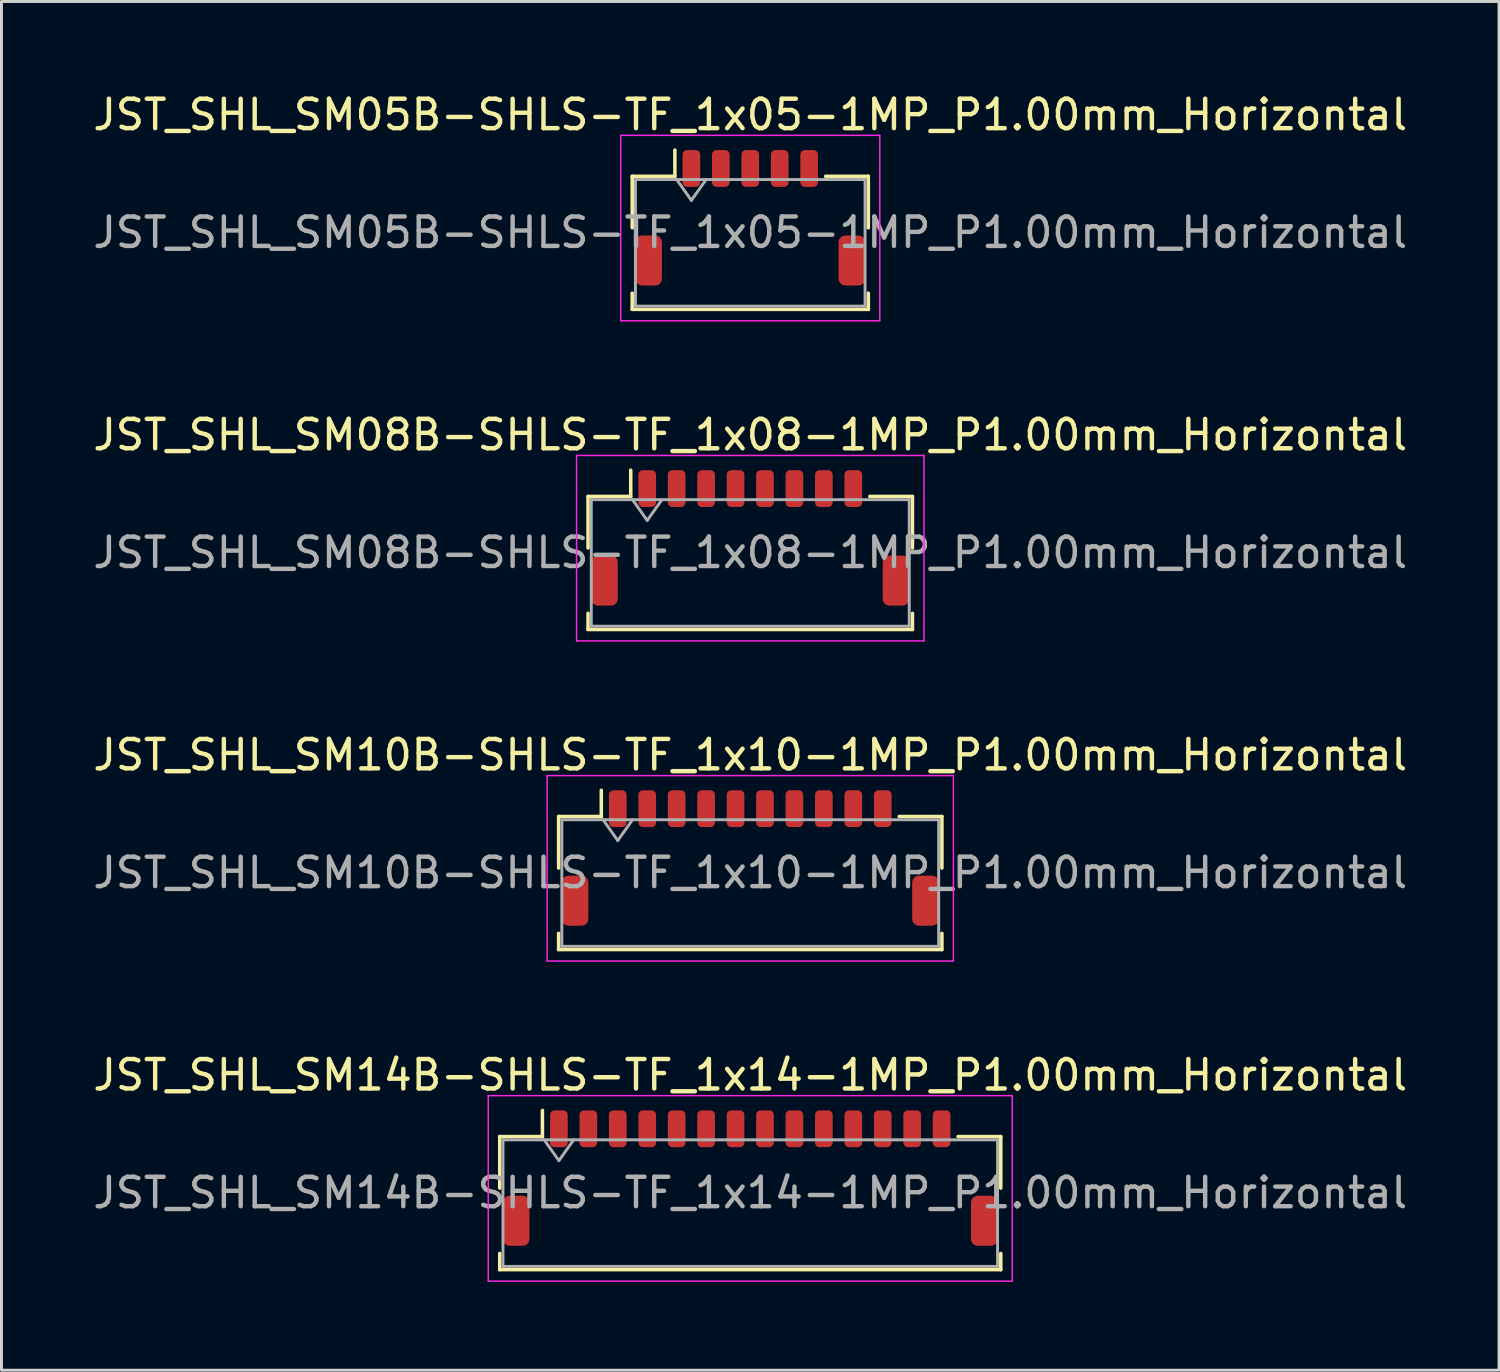
<source format=kicad_pcb>
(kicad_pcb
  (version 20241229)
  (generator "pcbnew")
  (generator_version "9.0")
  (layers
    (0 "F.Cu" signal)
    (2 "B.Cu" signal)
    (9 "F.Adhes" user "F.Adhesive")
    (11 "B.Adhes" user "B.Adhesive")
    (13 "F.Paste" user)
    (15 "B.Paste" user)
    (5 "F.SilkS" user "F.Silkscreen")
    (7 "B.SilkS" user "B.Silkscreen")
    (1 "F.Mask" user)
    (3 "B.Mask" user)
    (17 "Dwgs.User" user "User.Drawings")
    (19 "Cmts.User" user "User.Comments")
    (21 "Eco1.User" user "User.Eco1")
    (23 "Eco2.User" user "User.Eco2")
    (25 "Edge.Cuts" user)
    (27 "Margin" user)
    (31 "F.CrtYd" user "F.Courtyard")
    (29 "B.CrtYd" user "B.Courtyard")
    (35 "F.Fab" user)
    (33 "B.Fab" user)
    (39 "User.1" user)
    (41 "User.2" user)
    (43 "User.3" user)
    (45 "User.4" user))
  (footprint "JST_SHL_SM08B-SHLS-TF_1x08-1MP_P1.00mm_Horizontal"
    (layer "F.Cu")
    (at 22.435 15.222)
    (property "Reference" "JST_SHL_SM08B-SHLS-TF_1x08-1MP_P1.00mm_Horizontal" (at 0 -3.5 0) (layer "F.SilkS") (effects (font (size 1 1) (thickness 0.15))))
    (attr smd)
    (fp_line (start -5.51 -1.41) (end -4.06 -1.41) (stroke (width 0.12) (type solid)) (layer "F.SilkS"))
    (fp_line (start -5.51 0.34) (end -5.51 -1.41) (stroke (width 0.12) (type solid)) (layer "F.SilkS"))
    (fp_line (start -5.51 2.56) (end -5.51 3.11) (stroke (width 0.12) (type solid)) (layer "F.SilkS"))
    (fp_line (start -5.51 3.11) (end 5.51 3.11) (stroke (width 0.12) (type solid)) (layer "F.SilkS"))
    (fp_line (start -4.06 -1.41) (end -4.06 -2.3) (stroke (width 0.12) (type solid)) (layer "F.SilkS"))
    (fp_line (start 5.51 -1.41) (end 4.06 -1.41) (stroke (width 0.12) (type solid)) (layer "F.SilkS"))
    (fp_line (start 5.51 0.34) (end 5.51 -1.41) (stroke (width 0.12) (type solid)) (layer "F.SilkS"))
    (fp_line (start 5.51 3.11) (end 5.51 2.56) (stroke (width 0.12) (type solid)) (layer "F.SilkS"))
    (fp_line (start -5.9 -2.8) (end -5.9 3.5) (stroke (width 0.05) (type solid)) (layer "F.CrtYd"))
    (fp_line (start -5.9 3.5) (end 5.9 3.5) (stroke (width 0.05) (type solid)) (layer "F.CrtYd"))
    (fp_line (start 5.9 -2.8) (end -5.9 -2.8) (stroke (width 0.05) (type solid)) (layer "F.CrtYd"))
    (fp_line (start 5.9 3.5) (end 5.9 -2.8) (stroke (width 0.05) (type solid)) (layer "F.CrtYd"))
    (fp_line (start -5.4 -1.3) (end -5.4 3) (stroke (width 0.1) (type solid)) (layer "F.Fab"))
    (fp_line (start -5.4 -1.3) (end 5.4 -1.3) (stroke (width 0.1) (type solid)) (layer "F.Fab"))
    (fp_line (start -5.4 3) (end 5.4 3) (stroke (width 0.1) (type solid)) (layer "F.Fab"))
    (fp_line (start -4 -1.3) (end -3.5 -0.593) (stroke (width 0.1) (type solid)) (layer "F.Fab"))
    (fp_line (start -3.5 -0.593) (end -3 -1.3) (stroke (width 0.1) (type solid)) (layer "F.Fab"))
    (fp_line (start 5.4 -1.3) (end 5.4 3) (stroke (width 0.1) (type solid)) (layer "F.Fab"))
    (fp_text user "${REFERENCE}" (at 0 0.5 0) (layer "F.Fab") (effects (font (size 1 1) (thickness 0.15))))
    (pad "1" smd roundrect (at -3.5 -1.675) (size 0.6 1.25) (layers "F.Cu" "F.Mask" "F.Paste") (roundrect_rratio 0.25))
    (pad "2" smd roundrect (at -2.5 -1.675) (size 0.6 1.25) (layers "F.Cu" "F.Mask" "F.Paste") (roundrect_rratio 0.25))
    (pad "3" smd roundrect (at -1.5 -1.675) (size 0.6 1.25) (layers "F.Cu" "F.Mask" "F.Paste") (roundrect_rratio 0.25))
    (pad "4" smd roundrect (at -0.5 -1.675) (size 0.6 1.25) (layers "F.Cu" "F.Mask" "F.Paste") (roundrect_rratio 0.25))
    (pad "5" smd roundrect (at 0.5 -1.675) (size 0.6 1.25) (layers "F.Cu" "F.Mask" "F.Paste") (roundrect_rratio 0.25))
    (pad "6" smd roundrect (at 1.5 -1.675) (size 0.6 1.25) (layers "F.Cu" "F.Mask" "F.Paste") (roundrect_rratio 0.25))
    (pad "7" smd roundrect (at 2.5 -1.675) (size 0.6 1.25) (layers "F.Cu" "F.Mask" "F.Paste") (roundrect_rratio 0.25))
    (pad "8" smd roundrect (at 3.5 -1.675) (size 0.6 1.25) (layers "F.Cu" "F.Mask" "F.Paste") (roundrect_rratio 0.25))
    (pad "MP" smd roundrect (at -4.95 1.45) (size 0.9 1.7) (layers "F.Cu" "F.Mask" "F.Paste") (roundrect_rratio 0.25))
    (pad "MP" smd roundrect (at 4.95 1.45) (size 0.9 1.7) (layers "F.Cu" "F.Mask" "F.Paste") (roundrect_rratio 0.25)))
  (footprint "JST_SHL_SM05B-SHLS-TF_1x05-1MP_P1.00mm_Horizontal"
    (layer "F.Cu")
    (at 22.435 4.348)
    (property "Reference" "JST_SHL_SM05B-SHLS-TF_1x05-1MP_P1.00mm_Horizontal" (at 0 -3.5 0) (layer "F.SilkS") (effects (font (size 1 1) (thickness 0.15))))
    (attr smd)
    (fp_line (start -4.01 -1.41) (end -2.56 -1.41) (stroke (width 0.12) (type solid)) (layer "F.SilkS"))
    (fp_line (start -4.01 0.34) (end -4.01 -1.41) (stroke (width 0.12) (type solid)) (layer "F.SilkS"))
    (fp_line (start -4.01 2.56) (end -4.01 3.11) (stroke (width 0.12) (type solid)) (layer "F.SilkS"))
    (fp_line (start -4.01 3.11) (end 4.01 3.11) (stroke (width 0.12) (type solid)) (layer "F.SilkS"))
    (fp_line (start -2.56 -1.41) (end -2.56 -2.3) (stroke (width 0.12) (type solid)) (layer "F.SilkS"))
    (fp_line (start 4.01 -1.41) (end 2.56 -1.41) (stroke (width 0.12) (type solid)) (layer "F.SilkS"))
    (fp_line (start 4.01 0.34) (end 4.01 -1.41) (stroke (width 0.12) (type solid)) (layer "F.SilkS"))
    (fp_line (start 4.01 3.11) (end 4.01 2.56) (stroke (width 0.12) (type solid)) (layer "F.SilkS"))
    (fp_line (start -4.4 -2.8) (end -4.4 3.5) (stroke (width 0.05) (type solid)) (layer "F.CrtYd"))
    (fp_line (start -4.4 3.5) (end 4.4 3.5) (stroke (width 0.05) (type solid)) (layer "F.CrtYd"))
    (fp_line (start 4.4 -2.8) (end -4.4 -2.8) (stroke (width 0.05) (type solid)) (layer "F.CrtYd"))
    (fp_line (start 4.4 3.5) (end 4.4 -2.8) (stroke (width 0.05) (type solid)) (layer "F.CrtYd"))
    (fp_line (start -3.9 -1.3) (end -3.9 3) (stroke (width 0.1) (type solid)) (layer "F.Fab"))
    (fp_line (start -3.9 -1.3) (end 3.9 -1.3) (stroke (width 0.1) (type solid)) (layer "F.Fab"))
    (fp_line (start -3.9 3) (end 3.9 3) (stroke (width 0.1) (type solid)) (layer "F.Fab"))
    (fp_line (start -2.5 -1.3) (end -2 -0.593) (stroke (width 0.1) (type solid)) (layer "F.Fab"))
    (fp_line (start -2 -0.593) (end -1.5 -1.3) (stroke (width 0.1) (type solid)) (layer "F.Fab"))
    (fp_line (start 3.9 -1.3) (end 3.9 3) (stroke (width 0.1) (type solid)) (layer "F.Fab"))
    (fp_text user "${REFERENCE}" (at 0 0.5 0) (layer "F.Fab") (effects (font (size 1 1) (thickness 0.15))))
    (pad "1" smd roundrect (at -2 -1.675) (size 0.6 1.25) (layers "F.Cu" "F.Mask" "F.Paste") (roundrect_rratio 0.25))
    (pad "2" smd roundrect (at -1 -1.675) (size 0.6 1.25) (layers "F.Cu" "F.Mask" "F.Paste") (roundrect_rratio 0.25))
    (pad "3" smd roundrect (at 0 -1.675) (size 0.6 1.25) (layers "F.Cu" "F.Mask" "F.Paste") (roundrect_rratio 0.25))
    (pad "4" smd roundrect (at 1 -1.675) (size 0.6 1.25) (layers "F.Cu" "F.Mask" "F.Paste") (roundrect_rratio 0.25))
    (pad "5" smd roundrect (at 2 -1.675) (size 0.6 1.25) (layers "F.Cu" "F.Mask" "F.Paste") (roundrect_rratio 0.25))
    (pad "MP" smd roundrect (at -3.45 1.45) (size 0.9 1.7) (layers "F.Cu" "F.Mask" "F.Paste") (roundrect_rratio 0.25))
    (pad "MP" smd roundrect (at 3.45 1.45) (size 0.9 1.7) (layers "F.Cu" "F.Mask" "F.Paste") (roundrect_rratio 0.25)))
  (footprint "JST_SHL_SM10B-SHLS-TF_1x10-1MP_P1.00mm_Horizontal"
    (layer "F.Cu")
    (at 22.435 26.095)
    (property "Reference" "JST_SHL_SM10B-SHLS-TF_1x10-1MP_P1.00mm_Horizontal" (at 0 -3.5 0) (layer "F.SilkS") (effects (font (size 1 1) (thickness 0.15))))
    (attr smd)
    (fp_line (start -6.51 -1.41) (end -5.06 -1.41) (stroke (width 0.12) (type solid)) (layer "F.SilkS"))
    (fp_line (start -6.51 0.34) (end -6.51 -1.41) (stroke (width 0.12) (type solid)) (layer "F.SilkS"))
    (fp_line (start -6.51 2.56) (end -6.51 3.11) (stroke (width 0.12) (type solid)) (layer "F.SilkS"))
    (fp_line (start -6.51 3.11) (end 6.51 3.11) (stroke (width 0.12) (type solid)) (layer "F.SilkS"))
    (fp_line (start -5.06 -1.41) (end -5.06 -2.3) (stroke (width 0.12) (type solid)) (layer "F.SilkS"))
    (fp_line (start 6.51 -1.41) (end 5.06 -1.41) (stroke (width 0.12) (type solid)) (layer "F.SilkS"))
    (fp_line (start 6.51 0.34) (end 6.51 -1.41) (stroke (width 0.12) (type solid)) (layer "F.SilkS"))
    (fp_line (start 6.51 3.11) (end 6.51 2.56) (stroke (width 0.12) (type solid)) (layer "F.SilkS"))
    (fp_line (start -6.9 -2.8) (end -6.9 3.5) (stroke (width 0.05) (type solid)) (layer "F.CrtYd"))
    (fp_line (start -6.9 3.5) (end 6.9 3.5) (stroke (width 0.05) (type solid)) (layer "F.CrtYd"))
    (fp_line (start 6.9 -2.8) (end -6.9 -2.8) (stroke (width 0.05) (type solid)) (layer "F.CrtYd"))
    (fp_line (start 6.9 3.5) (end 6.9 -2.8) (stroke (width 0.05) (type solid)) (layer "F.CrtYd"))
    (fp_line (start -6.4 -1.3) (end -6.4 3) (stroke (width 0.1) (type solid)) (layer "F.Fab"))
    (fp_line (start -6.4 -1.3) (end 6.4 -1.3) (stroke (width 0.1) (type solid)) (layer "F.Fab"))
    (fp_line (start -6.4 3) (end 6.4 3) (stroke (width 0.1) (type solid)) (layer "F.Fab"))
    (fp_line (start -5 -1.3) (end -4.5 -0.593) (stroke (width 0.1) (type solid)) (layer "F.Fab"))
    (fp_line (start -4.5 -0.593) (end -4 -1.3) (stroke (width 0.1) (type solid)) (layer "F.Fab"))
    (fp_line (start 6.4 -1.3) (end 6.4 3) (stroke (width 0.1) (type solid)) (layer "F.Fab"))
    (fp_text user "${REFERENCE}" (at 0 0.5 0) (layer "F.Fab") (effects (font (size 1 1) (thickness 0.15))))
    (pad "1" smd roundrect (at -4.5 -1.675) (size 0.6 1.25) (layers "F.Cu" "F.Mask" "F.Paste") (roundrect_rratio 0.25))
    (pad "2" smd roundrect (at -3.5 -1.675) (size 0.6 1.25) (layers "F.Cu" "F.Mask" "F.Paste") (roundrect_rratio 0.25))
    (pad "3" smd roundrect (at -2.5 -1.675) (size 0.6 1.25) (layers "F.Cu" "F.Mask" "F.Paste") (roundrect_rratio 0.25))
    (pad "4" smd roundrect (at -1.5 -1.675) (size 0.6 1.25) (layers "F.Cu" "F.Mask" "F.Paste") (roundrect_rratio 0.25))
    (pad "5" smd roundrect (at -0.5 -1.675) (size 0.6 1.25) (layers "F.Cu" "F.Mask" "F.Paste") (roundrect_rratio 0.25))
    (pad "6" smd roundrect (at 0.5 -1.675) (size 0.6 1.25) (layers "F.Cu" "F.Mask" "F.Paste") (roundrect_rratio 0.25))
    (pad "7" smd roundrect (at 1.5 -1.675) (size 0.6 1.25) (layers "F.Cu" "F.Mask" "F.Paste") (roundrect_rratio 0.25))
    (pad "8" smd roundrect (at 2.5 -1.675) (size 0.6 1.25) (layers "F.Cu" "F.Mask" "F.Paste") (roundrect_rratio 0.25))
    (pad "9" smd roundrect (at 3.5 -1.675) (size 0.6 1.25) (layers "F.Cu" "F.Mask" "F.Paste") (roundrect_rratio 0.25))
    (pad "10" smd roundrect (at 4.5 -1.675) (size 0.6 1.25) (layers "F.Cu" "F.Mask" "F.Paste") (roundrect_rratio 0.25))
    (pad "MP" smd roundrect (at -5.95 1.45) (size 0.9 1.7) (layers "F.Cu" "F.Mask" "F.Paste") (roundrect_rratio 0.25))
    (pad "MP" smd roundrect (at 5.95 1.45) (size 0.9 1.7) (layers "F.Cu" "F.Mask" "F.Paste") (roundrect_rratio 0.25)))
  (footprint "JST_SHL_SM14B-SHLS-TF_1x14-1MP_P1.00mm_Horizontal"
    (layer "F.Cu")
    (at 22.435 36.968)
    (property "Reference" "JST_SHL_SM14B-SHLS-TF_1x14-1MP_P1.00mm_Horizontal" (at 0 -3.5 0) (layer "F.SilkS") (effects (font (size 1 1) (thickness 0.15))))
    (attr smd)
    (fp_line (start -8.51 -1.41) (end -7.06 -1.41) (stroke (width 0.12) (type solid)) (layer "F.SilkS"))
    (fp_line (start -8.51 0.34) (end -8.51 -1.41) (stroke (width 0.12) (type solid)) (layer "F.SilkS"))
    (fp_line (start -8.51 2.56) (end -8.51 3.11) (stroke (width 0.12) (type solid)) (layer "F.SilkS"))
    (fp_line (start -8.51 3.11) (end 8.51 3.11) (stroke (width 0.12) (type solid)) (layer "F.SilkS"))
    (fp_line (start -7.06 -1.41) (end -7.06 -2.3) (stroke (width 0.12) (type solid)) (layer "F.SilkS"))
    (fp_line (start 8.51 -1.41) (end 7.06 -1.41) (stroke (width 0.12) (type solid)) (layer "F.SilkS"))
    (fp_line (start 8.51 0.34) (end 8.51 -1.41) (stroke (width 0.12) (type solid)) (layer "F.SilkS"))
    (fp_line (start 8.51 3.11) (end 8.51 2.56) (stroke (width 0.12) (type solid)) (layer "F.SilkS"))
    (fp_line (start -8.9 -2.8) (end -8.9 3.5) (stroke (width 0.05) (type solid)) (layer "F.CrtYd"))
    (fp_line (start -8.9 3.5) (end 8.9 3.5) (stroke (width 0.05) (type solid)) (layer "F.CrtYd"))
    (fp_line (start 8.9 -2.8) (end -8.9 -2.8) (stroke (width 0.05) (type solid)) (layer "F.CrtYd"))
    (fp_line (start 8.9 3.5) (end 8.9 -2.8) (stroke (width 0.05) (type solid)) (layer "F.CrtYd"))
    (fp_line (start -8.4 -1.3) (end -8.4 3) (stroke (width 0.1) (type solid)) (layer "F.Fab"))
    (fp_line (start -8.4 -1.3) (end 8.4 -1.3) (stroke (width 0.1) (type solid)) (layer "F.Fab"))
    (fp_line (start -8.4 3) (end 8.4 3) (stroke (width 0.1) (type solid)) (layer "F.Fab"))
    (fp_line (start -7 -1.3) (end -6.5 -0.593) (stroke (width 0.1) (type solid)) (layer "F.Fab"))
    (fp_line (start -6.5 -0.593) (end -6 -1.3) (stroke (width 0.1) (type solid)) (layer "F.Fab"))
    (fp_line (start 8.4 -1.3) (end 8.4 3) (stroke (width 0.1) (type solid)) (layer "F.Fab"))
    (fp_text user "${REFERENCE}" (at 0 0.5 0) (layer "F.Fab") (effects (font (size 1 1) (thickness 0.15))))
    (pad "1" smd roundrect (at -6.5 -1.675) (size 0.6 1.25) (layers "F.Cu" "F.Mask" "F.Paste") (roundrect_rratio 0.25))
    (pad "2" smd roundrect (at -5.5 -1.675) (size 0.6 1.25) (layers "F.Cu" "F.Mask" "F.Paste") (roundrect_rratio 0.25))
    (pad "3" smd roundrect (at -4.5 -1.675) (size 0.6 1.25) (layers "F.Cu" "F.Mask" "F.Paste") (roundrect_rratio 0.25))
    (pad "4" smd roundrect (at -3.5 -1.675) (size 0.6 1.25) (layers "F.Cu" "F.Mask" "F.Paste") (roundrect_rratio 0.25))
    (pad "5" smd roundrect (at -2.5 -1.675) (size 0.6 1.25) (layers "F.Cu" "F.Mask" "F.Paste") (roundrect_rratio 0.25))
    (pad "6" smd roundrect (at -1.5 -1.675) (size 0.6 1.25) (layers "F.Cu" "F.Mask" "F.Paste") (roundrect_rratio 0.25))
    (pad "7" smd roundrect (at -0.5 -1.675) (size 0.6 1.25) (layers "F.Cu" "F.Mask" "F.Paste") (roundrect_rratio 0.25))
    (pad "8" smd roundrect (at 0.5 -1.675) (size 0.6 1.25) (layers "F.Cu" "F.Mask" "F.Paste") (roundrect_rratio 0.25))
    (pad "9" smd roundrect (at 1.5 -1.675) (size 0.6 1.25) (layers "F.Cu" "F.Mask" "F.Paste") (roundrect_rratio 0.25))
    (pad "10" smd roundrect (at 2.5 -1.675) (size 0.6 1.25) (layers "F.Cu" "F.Mask" "F.Paste") (roundrect_rratio 0.25))
    (pad "11" smd roundrect (at 3.5 -1.675) (size 0.6 1.25) (layers "F.Cu" "F.Mask" "F.Paste") (roundrect_rratio 0.25))
    (pad "12" smd roundrect (at 4.5 -1.675) (size 0.6 1.25) (layers "F.Cu" "F.Mask" "F.Paste") (roundrect_rratio 0.25))
    (pad "13" smd roundrect (at 5.5 -1.675) (size 0.6 1.25) (layers "F.Cu" "F.Mask" "F.Paste") (roundrect_rratio 0.25))
    (pad "14" smd roundrect (at 6.5 -1.675) (size 0.6 1.25) (layers "F.Cu" "F.Mask" "F.Paste") (roundrect_rratio 0.25))
    (pad "MP" smd roundrect (at -7.95 1.45) (size 0.9 1.7) (layers "F.Cu" "F.Mask" "F.Paste") (roundrect_rratio 0.25))
    (pad "MP" smd roundrect (at 7.95 1.45) (size 0.9 1.7) (layers "F.Cu" "F.Mask" "F.Paste") (roundrect_rratio 0.25)))
  (gr_rect
    (start -3 -3)
    (end 47.869 43.493)
    (stroke (width 0.1) (type default))
    (fill no)
    (layer "Edge.Cuts")))
</source>
